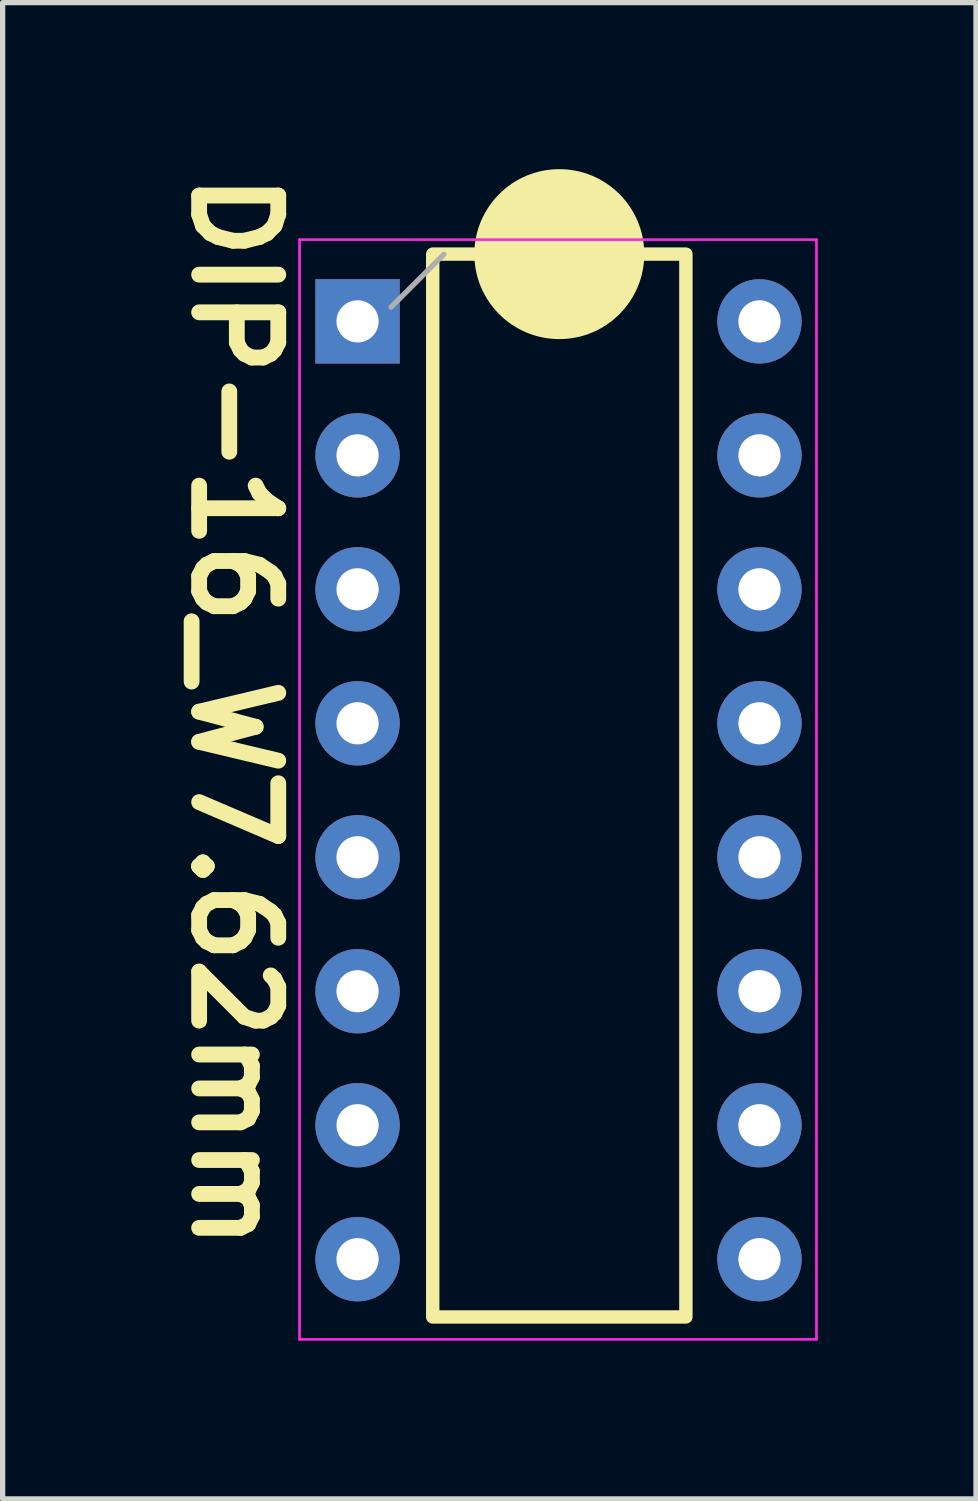
<source format=kicad_pcb>
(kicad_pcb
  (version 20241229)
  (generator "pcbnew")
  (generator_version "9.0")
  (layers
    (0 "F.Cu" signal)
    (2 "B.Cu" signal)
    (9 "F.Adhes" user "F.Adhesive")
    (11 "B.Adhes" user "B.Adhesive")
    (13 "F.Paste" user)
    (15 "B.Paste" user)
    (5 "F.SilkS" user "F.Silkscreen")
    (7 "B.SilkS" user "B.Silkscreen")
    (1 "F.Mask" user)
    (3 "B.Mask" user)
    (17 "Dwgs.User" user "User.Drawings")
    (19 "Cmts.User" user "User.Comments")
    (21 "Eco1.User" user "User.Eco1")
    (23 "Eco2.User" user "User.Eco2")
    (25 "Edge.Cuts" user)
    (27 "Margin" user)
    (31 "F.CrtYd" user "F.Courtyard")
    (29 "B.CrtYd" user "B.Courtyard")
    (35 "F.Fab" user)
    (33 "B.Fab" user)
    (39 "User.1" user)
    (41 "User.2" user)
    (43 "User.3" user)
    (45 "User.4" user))
  (footprint "DIP-16_W7.62mm"
    (layer "F.Cu")
    (at 3.729 3.043)
    (property "Reference" "DIP-16_W7.62mm" (at -2.325 7.4 270) (unlocked yes) (layer "F.SilkS") (effects (font (size 1.5 1.5) (thickness 0.3) (bold yes))))
    (attr through_hole)
    (fp_rect (start 1.425 -1.275) (end 6.225 18.875) (stroke (width 0.254) (type default)) (fill no) (layer "F.SilkS"))
    (fp_circle (center 3.825 -1.275) (end 5.386 -1.275) (stroke (width 0.1) (type solid)) (fill yes) (layer "F.SilkS"))
    (fp_line (start -1.1 -1.55) (end -1.1 19.3) (stroke (width 0.05) (type solid)) (layer "F.CrtYd"))
    (fp_line (start -1.1 19.3) (end 8.7 19.3) (stroke (width 0.05) (type solid)) (layer "F.CrtYd"))
    (fp_line (start 8.7 -1.55) (end -1.1 -1.55) (stroke (width 0.05) (type solid)) (layer "F.CrtYd"))
    (fp_line (start 8.7 19.3) (end 8.7 -1.55) (stroke (width 0.05) (type solid)) (layer "F.CrtYd"))
    (fp_line (start 0.635 -0.27) (end 1.635 -1.27) (stroke (width 0.1) (type solid)) (layer "F.Fab"))
    (pad "1" thru_hole rect (at 0 0) (size 1.6 1.6) (drill 0.8) (layers "*.Cu" "*.Mask"))
    (pad "2" thru_hole oval (at 0 2.54) (size 1.6 1.6) (drill 0.8) (layers "*.Cu" "*.Mask"))
    (pad "3" thru_hole oval (at 0 5.08) (size 1.6 1.6) (drill 0.8) (layers "*.Cu" "*.Mask"))
    (pad "4" thru_hole oval (at 0 7.62) (size 1.6 1.6) (drill 0.8) (layers "*.Cu" "*.Mask"))
    (pad "5" thru_hole oval (at 0 10.16) (size 1.6 1.6) (drill 0.8) (layers "*.Cu" "*.Mask"))
    (pad "6" thru_hole oval (at 0 12.7) (size 1.6 1.6) (drill 0.8) (layers "*.Cu" "*.Mask"))
    (pad "7" thru_hole oval (at 0 15.24) (size 1.6 1.6) (drill 0.8) (layers "*.Cu" "*.Mask"))
    (pad "8" thru_hole oval (at 0 17.78) (size 1.6 1.6) (drill 0.8) (layers "*.Cu" "*.Mask"))
    (pad "9" thru_hole oval (at 7.62 17.78) (size 1.6 1.6) (drill 0.8) (layers "*.Cu" "*.Mask"))
    (pad "10" thru_hole oval (at 7.62 15.24) (size 1.6 1.6) (drill 0.8) (layers "*.Cu" "*.Mask"))
    (pad "11" thru_hole oval (at 7.62 12.7) (size 1.6 1.6) (drill 0.8) (layers "*.Cu" "*.Mask"))
    (pad "12" thru_hole oval (at 7.62 10.16) (size 1.6 1.6) (drill 0.8) (layers "*.Cu" "*.Mask"))
    (pad "13" thru_hole oval (at 7.62 7.62) (size 1.6 1.6) (drill 0.8) (layers "*.Cu" "*.Mask"))
    (pad "14" thru_hole oval (at 7.62 5.08) (size 1.6 1.6) (drill 0.8) (layers "*.Cu" "*.Mask"))
    (pad "15" thru_hole oval (at 7.62 2.54) (size 1.6 1.6) (drill 0.8) (layers "*.Cu" "*.Mask"))
    (pad "16" thru_hole oval (at 7.62 0) (size 1.6 1.6) (drill 0.8) (layers "*.Cu" "*.Mask")))
  (gr_rect
    (start -3 -3)
    (end 15.454 25.368)
    (stroke (width 0.1) (type default))
    (fill no)
    (layer "Edge.Cuts")))
</source>
